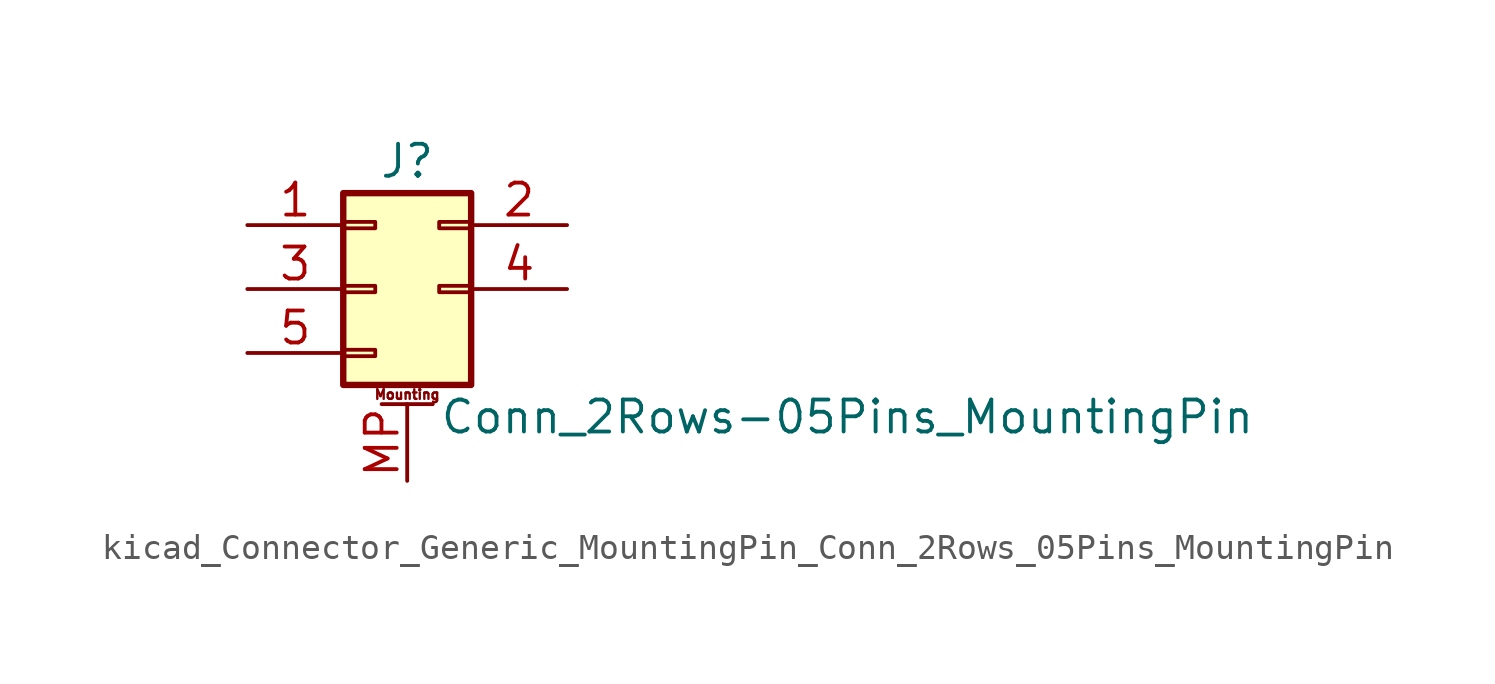
<source format=kicad_sym>
(kicad_symbol_lib
  (version 20220914)
  (generator kicad_symbol_editor)
  (symbol "kicad_Connector_Generic_MountingPin_Conn_2Rows_05Pins_MountingPin"
    (pin_names
      (offset 1.016) hide)
    (property "Reference" "J"
      (at 1.27 5.08 0)
      (effects (font (size 1.27 1.27))))
    (property "Value" "Conn_2Rows-05Pins_MountingPin"
      (at 2.54 -5.08 0)
      (effects (font (size 1.27 1.27)) (justify left)))
    (symbol "kicad_Connector_Generic_MountingPin_Conn_2Rows_05Pins_MountingPin_1_1"
      (rectangle (start -1.27 -2.413) (end 0 -2.667) (stroke (width 0.152) (type default)) (fill (type none)))
      (rectangle (start -1.27 0.127) (end 0 -0.127) (stroke (width 0.152) (type default)) (fill (type none)))
      (rectangle (start -1.27 2.667) (end 0 2.413) (stroke (width 0.152) (type default)) (fill (type none)))
      (rectangle (start -1.27 3.81) (end 3.81 -3.81) (stroke (width 0.254) (type default)) (fill (type background)))
      (polyline (pts (xy 0.254 -4.572) (xy 2.286 -4.572)) (stroke (width 0.152) (type default)) (fill (type none)))
      (rectangle (start 3.81 0.127) (end 2.54 -0.127) (stroke (width 0.152) (type default)) (fill (type none)))
      (rectangle (start 3.81 2.667) (end 2.54 2.413) (stroke (width 0.152) (type default)) (fill (type none)))
      (text "Mounting" (at 1.27 -4.191 0) (effects (font (size 0.381 0.381))))
      (pin passive line (at -5.08 2.54 0) (length 3.81) (name "Pin_1" (effects (font (size 1.27 1.27)))) (number "1" (effects (font (size 1.27 1.27)))))
      (pin passive line (at 7.62 2.54 180) (length 3.81) (name "Pin_2" (effects (font (size 1.27 1.27)))) (number "2" (effects (font (size 1.27 1.27)))))
      (pin passive line (at -5.08 0 0) (length 3.81) (name "Pin_3" (effects (font (size 1.27 1.27)))) (number "3" (effects (font (size 1.27 1.27)))))
      (pin passive line (at 7.62 0 180) (length 3.81) (name "Pin_4" (effects (font (size 1.27 1.27)))) (number "4" (effects (font (size 1.27 1.27)))))
      (pin passive line (at -5.08 -2.54 0) (length 3.81) (name "Pin_5" (effects (font (size 1.27 1.27)))) (number "5" (effects (font (size 1.27 1.27)))))
      (pin passive line (at 1.27 -7.62 90) (length 3.048) (name "MountPin" (effects (font (size 1.27 1.27)))) (number "MP" (effects (font (size 1.27 1.27))))))))
</source>
